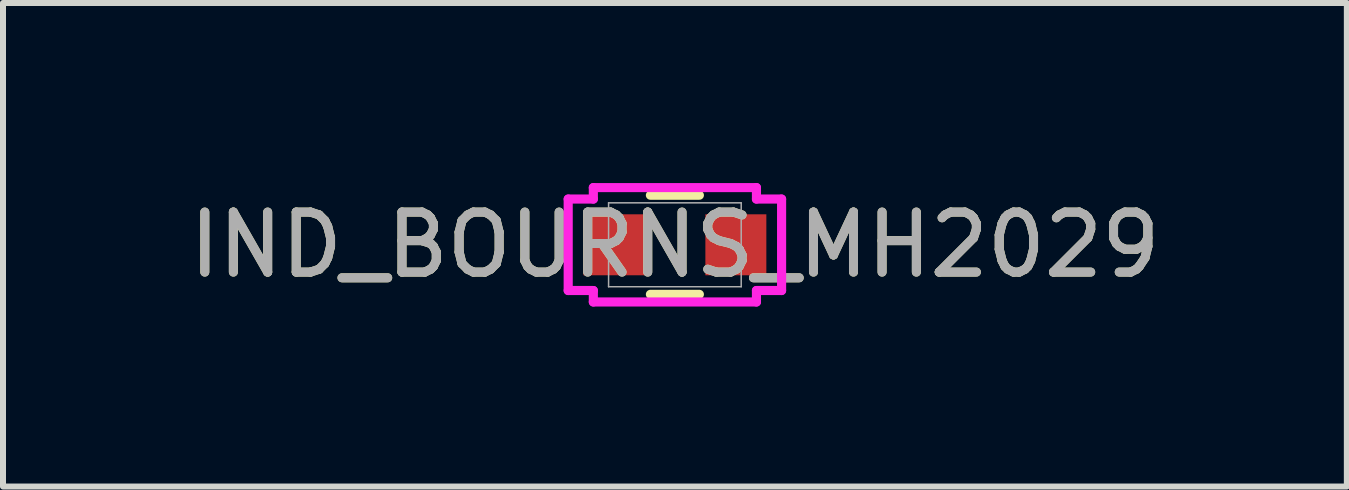
<source format=kicad_pcb>
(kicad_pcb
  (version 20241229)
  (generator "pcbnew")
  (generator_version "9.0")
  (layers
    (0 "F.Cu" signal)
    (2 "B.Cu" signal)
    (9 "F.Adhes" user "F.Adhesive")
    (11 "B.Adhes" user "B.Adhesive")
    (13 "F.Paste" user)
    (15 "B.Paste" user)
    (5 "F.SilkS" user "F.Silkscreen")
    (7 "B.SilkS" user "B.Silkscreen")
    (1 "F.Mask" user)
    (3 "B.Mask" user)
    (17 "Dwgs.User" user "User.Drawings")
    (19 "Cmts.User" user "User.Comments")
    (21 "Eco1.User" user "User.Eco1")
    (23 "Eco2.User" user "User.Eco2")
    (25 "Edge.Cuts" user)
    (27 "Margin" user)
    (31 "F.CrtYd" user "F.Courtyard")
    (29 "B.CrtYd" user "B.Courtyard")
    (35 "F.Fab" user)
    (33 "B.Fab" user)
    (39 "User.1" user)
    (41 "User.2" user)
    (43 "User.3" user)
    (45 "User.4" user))
  (footprint "IND_BOURNS_MH2029"
    (layer "F.Cu")
    (at 8.196 1.029)
    (property "Reference" "IND_BOURNS_MH2029" (at 0 0 0) (unlocked yes) (layer "F.SilkS") (effects (font (size 1 1) (thickness 0.15))))
    (attr smd)
    (fp_line (start -0.408 0.826) (end 0.408 0.826) (stroke (width 0.152) (type solid)) (layer "F.SilkS"))
    (fp_line (start 0.408 -0.826) (end -0.408 -0.826) (stroke (width 0.152) (type solid)) (layer "F.SilkS"))
    (fp_line (start -1.778 -0.762) (end -1.359 -0.762) (stroke (width 0.152) (type solid)) (layer "F.CrtYd"))
    (fp_line (start -1.778 0.762) (end -1.778 -0.762) (stroke (width 0.152) (type solid)) (layer "F.CrtYd"))
    (fp_line (start -1.359 -0.953) (end 1.359 -0.953) (stroke (width 0.152) (type solid)) (layer "F.CrtYd"))
    (fp_line (start -1.359 -0.762) (end -1.359 -0.953) (stroke (width 0.152) (type solid)) (layer "F.CrtYd"))
    (fp_line (start -1.359 0.762) (end -1.778 0.762) (stroke (width 0.152) (type solid)) (layer "F.CrtYd"))
    (fp_line (start -1.359 0.953) (end -1.359 0.762) (stroke (width 0.152) (type solid)) (layer "F.CrtYd"))
    (fp_line (start 1.359 -0.953) (end 1.359 -0.762) (stroke (width 0.152) (type solid)) (layer "F.CrtYd"))
    (fp_line (start 1.359 -0.762) (end 1.778 -0.762) (stroke (width 0.152) (type solid)) (layer "F.CrtYd"))
    (fp_line (start 1.359 0.762) (end 1.359 0.953) (stroke (width 0.152) (type solid)) (layer "F.CrtYd"))
    (fp_line (start 1.359 0.953) (end -1.359 0.953) (stroke (width 0.152) (type solid)) (layer "F.CrtYd"))
    (fp_line (start 1.778 -0.762) (end 1.778 0.762) (stroke (width 0.152) (type solid)) (layer "F.CrtYd"))
    (fp_line (start 1.778 0.762) (end 1.359 0.762) (stroke (width 0.152) (type solid)) (layer "F.CrtYd"))
    (fp_line (start -1.105 -0.699) (end -1.105 0.699) (stroke (width 0.025) (type solid)) (layer "F.Fab"))
    (fp_line (start -1.105 0.699) (end 1.105 0.699) (stroke (width 0.025) (type solid)) (layer "F.Fab"))
    (fp_line (start 1.105 -0.699) (end -1.105 -0.699) (stroke (width 0.025) (type solid)) (layer "F.Fab"))
    (fp_line (start 1.105 0.699) (end 1.105 -0.699) (stroke (width 0.025) (type solid)) (layer "F.Fab"))
    (fp_circle (center -1.029 0) (end -1.029 0) (stroke (width 0.025) (type solid)) (fill no) (layer "F.Fab"))
    (fp_text user "${REFERENCE}" (at 0 0 0) (unlocked yes) (layer "F.Fab") (effects (font (size 1 1) (thickness 0.15))))
    (pad "1" smd rect (at -1.016 0) (size 1.016 1.016) (layers "F.Cu" "F.Mask" "F.Paste"))
    (pad "2" smd rect (at 1.016 0) (size 1.016 1.016) (layers "F.Cu" "F.Mask" "F.Paste"))
    (zone (net_name "") (layer "F.Cu") (hatch full 0.508) (connect_pads) (min_thickness 0.254) (filled_areas_thickness no) (keepout (tracks not_allowed) (vias not_allowed) (pads allowed) (copperpour not_allowed) (footprints allowed)) (placement (enabled no)) (fill) (polygon (pts (xy 7.739 0.381) (xy 8.654 0.381) (xy 8.654 1.676) (xy 7.739 1.676)))))
  (gr_rect
    (start -3 -3)
    (end 19.393 5.057)
    (stroke (width 0.1) (type default))
    (fill no)
    (layer "Edge.Cuts")))
</source>
